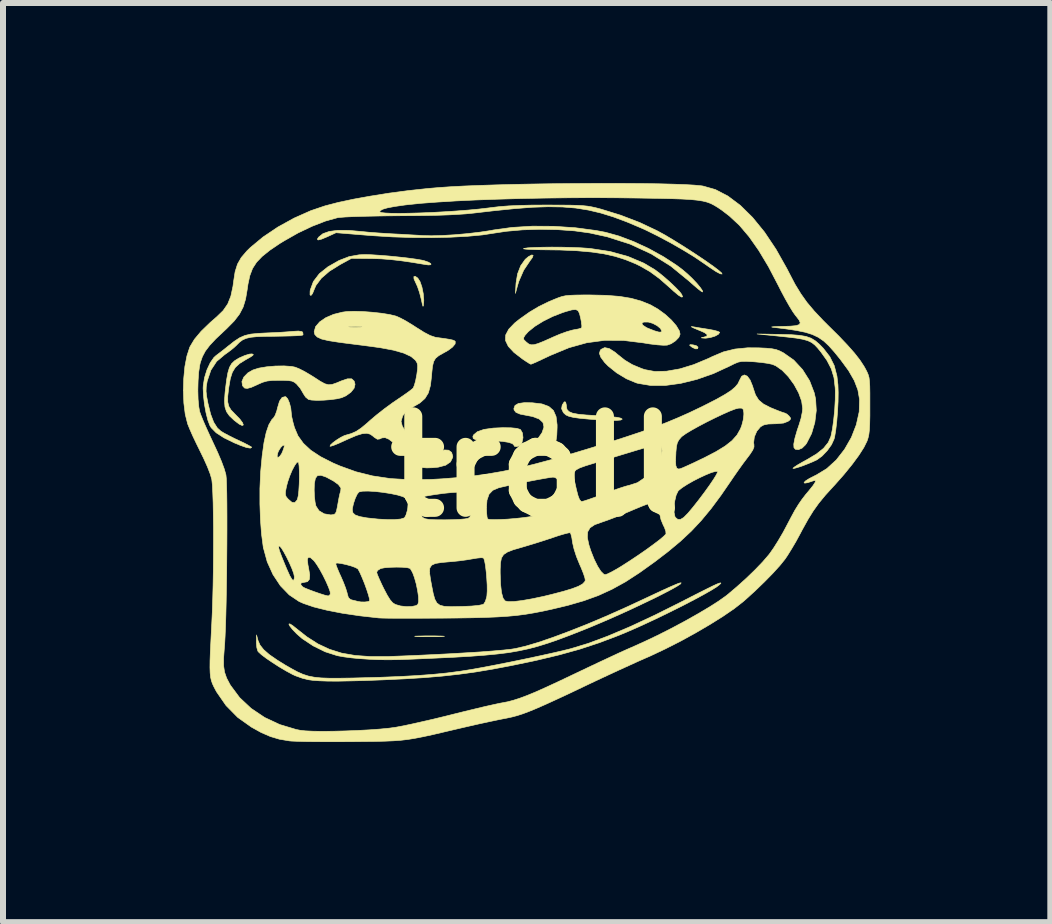
<source format=kicad_pcb>
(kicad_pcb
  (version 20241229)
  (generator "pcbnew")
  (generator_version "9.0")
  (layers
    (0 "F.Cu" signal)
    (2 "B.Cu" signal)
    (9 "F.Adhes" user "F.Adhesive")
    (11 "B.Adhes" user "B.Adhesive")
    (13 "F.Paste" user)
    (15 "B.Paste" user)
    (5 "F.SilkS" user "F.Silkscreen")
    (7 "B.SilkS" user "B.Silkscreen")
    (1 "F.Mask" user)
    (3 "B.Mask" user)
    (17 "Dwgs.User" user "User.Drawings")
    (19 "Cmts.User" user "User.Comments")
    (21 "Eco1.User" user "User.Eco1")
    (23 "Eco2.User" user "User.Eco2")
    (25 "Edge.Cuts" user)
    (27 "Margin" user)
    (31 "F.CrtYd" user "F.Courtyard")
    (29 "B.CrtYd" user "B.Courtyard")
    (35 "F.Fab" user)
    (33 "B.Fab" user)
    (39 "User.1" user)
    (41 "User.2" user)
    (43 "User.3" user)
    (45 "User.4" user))
  (footprint "troll"
    (layer "F.Cu")
    (at 5.867 4.721)
    (property "Reference" "troll" (at 0 0 0) (layer "F.SilkS") (effects (font (size 1.524 1.524) (thickness 0.3))))
    (attr through_hole)
    (fp_poly (pts (xy 2.627 -2.026) (xy 2.683 -2.012) (xy 2.712 -1.988) (xy 2.705 -1.961) (xy 2.67 -1.959) (xy 2.618 -1.983) (xy 2.602 -1.994) (xy 2.571 -2.021) (xy 2.581 -2.029) (xy 2.627 -2.026)) (stroke (width 0.01) (type solid)) (fill yes) (layer "F.SilkS"))
    (fp_poly (pts (xy -1.681 2.823) (xy -1.555 2.826) (xy -1.513 2.829) (xy -1.519 2.831) (xy -1.568 2.833) (xy -1.656 2.834) (xy -1.765 2.835) (xy -1.884 2.834) (xy -1.966 2.833) (xy -2.008 2.831) (xy -2.005 2.828) (xy -1.961 2.826) (xy -1.827 2.823) (xy -1.681 2.823)) (stroke (width 0.01) (type solid)) (fill yes) (layer "F.SilkS"))
    (fp_poly (pts (xy -0.035 -3.517) (xy -0.049 -3.478) (xy -0.087 -3.427) (xy -0.193 -3.269) (xy -0.274 -3.083) (xy -0.296 -3.01) (xy -0.33 -2.883) (xy -0.32 -3.053) (xy -0.295 -3.207) (xy -0.242 -3.344) (xy -0.166 -3.451) (xy -0.112 -3.496) (xy -0.057 -3.524) (xy -0.035 -3.517)) (stroke (width 0.01) (type solid)) (fill yes) (layer "F.SilkS"))
    (fp_poly (pts (xy -1.957 -3.138) (xy -1.92 -3.081) (xy -1.888 -2.989) (xy -1.866 -2.88) (xy -1.857 -2.771) (xy -1.859 -2.725) (xy -1.864 -2.678) (xy -1.87 -2.668) (xy -1.88 -2.698) (xy -1.896 -2.772) (xy -1.901 -2.794) (xy -1.928 -2.898) (xy -1.962 -2.997) (xy -1.988 -3.054) (xy -2.02 -3.124) (xy -2.022 -3.163) (xy -1.998 -3.167) (xy -1.957 -3.138)) (stroke (width 0.01) (type solid)) (fill yes) (layer "F.SilkS"))
    (fp_poly (pts (xy -0.404 -0.644) (xy -0.31 -0.635) (xy -0.256 -0.619) (xy -0.245 -0.613) (xy -0.213 -0.557) (xy -0.204 -0.479) (xy -0.221 -0.398) (xy -0.229 -0.379) (xy -0.263 -0.346) (xy -0.308 -0.331) (xy -0.345 -0.335) (xy -0.356 -0.355) (xy -0.38 -0.38) (xy -0.447 -0.402) (xy -0.548 -0.418) (xy -0.677 -0.427) (xy -0.771 -0.428) (xy -0.903 -0.432) (xy -0.989 -0.444) (xy -1.033 -0.466) (xy -1.039 -0.5) (xy -1.027 -0.526) (xy -0.964 -0.579) (xy -0.855 -0.617) (xy -0.7 -0.639) (xy -0.543 -0.646) (xy -0.404 -0.644)) (stroke (width 0.01) (type solid)) (fill yes) (layer "F.SilkS"))
    (fp_poly (pts (xy 2.642 -2.325) (xy 2.698 -2.315) (xy 2.786 -2.301) (xy 2.887 -2.285) (xy 2.889 -2.285) (xy 2.978 -2.268) (xy 3.044 -2.25) (xy 3.073 -2.235) (xy 3.073 -2.234) (xy 3.051 -2.202) (xy 2.994 -2.171) (xy 2.919 -2.148) (xy 2.842 -2.137) (xy 2.827 -2.137) (xy 2.773 -2.141) (xy 2.767 -2.145) (xy 2.8 -2.152) (xy 2.857 -2.169) (xy 2.864 -2.196) (xy 2.823 -2.228) (xy 2.775 -2.25) (xy 2.7 -2.281) (xy 2.637 -2.308) (xy 2.629 -2.312) (xy 2.598 -2.328) (xy 2.613 -2.329) (xy 2.642 -2.325)) (stroke (width 0.01) (type solid)) (fill yes) (layer "F.SilkS"))
    (fp_poly (pts (xy 0.506 -1.073) (xy 0.518 -1.022) (xy 0.52 -0.996) (xy 0.529 -0.949) (xy 0.561 -0.914) (xy 0.621 -0.888) (xy 0.716 -0.87) (xy 0.852 -0.857) (xy 0.94 -0.852) (xy 1.124 -0.841) (xy 1.261 -0.83) (xy 1.358 -0.819) (xy 1.417 -0.807) (xy 1.445 -0.793) (xy 1.448 -0.786) (xy 1.423 -0.773) (xy 1.351 -0.767) (xy 1.236 -0.768) (xy 1.079 -0.775) (xy 0.899 -0.788) (xy 0.747 -0.802) (xy 0.638 -0.817) (xy 0.562 -0.835) (xy 0.511 -0.858) (xy 0.477 -0.889) (xy 0.465 -0.905) (xy 0.439 -0.962) (xy 0.448 -1.018) (xy 0.455 -1.033) (xy 0.484 -1.077) (xy 0.506 -1.073)) (stroke (width 0.01) (type solid)) (fill yes) (layer "F.SilkS"))
    (fp_poly (pts (xy -0.049 -1.061) (xy 0.11 -1.042) (xy 0.225 -1) (xy 0.303 -0.932) (xy 0.347 -0.831) (xy 0.364 -0.694) (xy 0.364 -0.647) (xy 0.359 -0.522) (xy 0.347 -0.435) (xy 0.322 -0.373) (xy 0.279 -0.323) (xy 0.223 -0.278) (xy 0.13 -0.222) (xy 0.062 -0.206) (xy 0.014 -0.232) (xy 0.001 -0.252) (xy -0.023 -0.322) (xy -0.009 -0.386) (xy 0.034 -0.449) (xy 0.113 -0.562) (xy 0.145 -0.656) (xy 0.129 -0.731) (xy 0.066 -0.79) (xy -0.045 -0.832) (xy -0.14 -0.85) (xy -0.252 -0.872) (xy -0.321 -0.901) (xy -0.352 -0.94) (xy -0.356 -0.965) (xy -0.337 -1.016) (xy -0.281 -1.049) (xy -0.182 -1.063) (xy -0.049 -1.061)) (stroke (width 0.01) (type solid)) (fill yes) (layer "F.SilkS"))
    (fp_poly (pts (xy -2.731 -3.527) (xy -2.594 -3.518) (xy -2.44 -3.506) (xy -2.281 -3.49) (xy -2.129 -3.473) (xy -1.996 -3.455) (xy -1.894 -3.438) (xy -1.854 -3.429) (xy -1.779 -3.403) (xy -1.74 -3.379) (xy -1.738 -3.361) (xy -1.778 -3.357) (xy -1.819 -3.362) (xy -2.049 -3.4) (xy -2.243 -3.428) (xy -2.412 -3.447) (xy -2.568 -3.459) (xy -2.724 -3.464) (xy -2.743 -3.464) (xy -3.061 -3.467) (xy -3.248 -3.365) (xy -3.427 -3.254) (xy -3.563 -3.137) (xy -3.653 -3.017) (xy -3.681 -2.953) (xy -3.711 -2.879) (xy -3.737 -2.848) (xy -3.752 -2.86) (xy -3.751 -2.916) (xy -3.748 -2.94) (xy -3.696 -3.081) (xy -3.597 -3.211) (xy -3.451 -3.328) (xy -3.45 -3.328) (xy -3.269 -3.431) (xy -3.101 -3.496) (xy -2.933 -3.526) (xy -2.837 -3.53) (xy -2.731 -3.527)) (stroke (width 0.01) (type solid)) (fill yes) (layer "F.SilkS"))
    (fp_poly (pts (xy -4.697 -1.867) (xy -4.705 -1.85) (xy -4.75 -1.82) (xy -4.826 -1.777) (xy -4.926 -1.715) (xy -4.997 -1.65) (xy -5.046 -1.57) (xy -5.08 -1.464) (xy -5.105 -1.32) (xy -5.108 -1.299) (xy -5.123 -1.169) (xy -5.123 -1.074) (xy -5.106 -1.003) (xy -5.069 -0.942) (xy -5.007 -0.877) (xy -5.002 -0.872) (xy -4.922 -0.79) (xy -4.876 -0.728) (xy -4.863 -0.691) (xy -4.883 -0.682) (xy -4.933 -0.706) (xy -5.014 -0.767) (xy -5.021 -0.774) (xy -5.095 -0.844) (xy -5.143 -0.912) (xy -5.169 -0.99) (xy -5.177 -1.09) (xy -5.168 -1.224) (xy -5.162 -1.28) (xy -5.142 -1.442) (xy -5.12 -1.563) (xy -5.094 -1.65) (xy -5.058 -1.713) (xy -5.009 -1.76) (xy -4.943 -1.801) (xy -4.922 -1.812) (xy -4.837 -1.849) (xy -4.761 -1.872) (xy -4.72 -1.875) (xy -4.697 -1.867)) (stroke (width 0.01) (type solid)) (fill yes) (layer "F.SilkS"))
    (fp_poly (pts (xy 0.438 -3.653) (xy 0.602 -3.649) (xy 0.755 -3.643) (xy 0.886 -3.634) (xy 0.918 -3.631) (xy 1.246 -3.581) (xy 1.546 -3.498) (xy 1.812 -3.385) (xy 1.992 -3.278) (xy 2.072 -3.218) (xy 2.164 -3.142) (xy 2.257 -3.059) (xy 2.341 -2.979) (xy 2.406 -2.911) (xy 2.44 -2.866) (xy 2.455 -2.826) (xy 2.436 -2.822) (xy 2.387 -2.852) (xy 2.309 -2.917) (xy 2.241 -2.979) (xy 2.069 -3.13) (xy 1.909 -3.247) (xy 1.745 -3.341) (xy 1.668 -3.378) (xy 1.501 -3.446) (xy 1.327 -3.501) (xy 1.14 -3.543) (xy 0.931 -3.573) (xy 0.692 -3.594) (xy 0.417 -3.606) (xy 0.191 -3.609) (xy 0.041 -3.611) (xy -0.076 -3.615) (xy -0.156 -3.62) (xy -0.195 -3.626) (xy -0.191 -3.632) (xy -0.125 -3.642) (xy -0.019 -3.648) (xy 0.117 -3.652) (xy 0.272 -3.654) (xy 0.438 -3.653)) (stroke (width 0.01) (type solid)) (fill yes) (layer "F.SilkS"))
    (fp_poly (pts (xy -4.058 -1.666) (xy -4 -1.654) (xy -3.935 -1.628) (xy -3.842 -1.581) (xy -3.739 -1.52) (xy -3.683 -1.485) (xy -3.58 -1.418) (xy -3.504 -1.377) (xy -3.443 -1.361) (xy -3.381 -1.367) (xy -3.304 -1.394) (xy -3.231 -1.425) (xy -3.128 -1.46) (xy -3.058 -1.46) (xy -3.017 -1.422) (xy -3.002 -1.369) (xy -3.018 -1.303) (xy -3.072 -1.236) (xy -3.154 -1.177) (xy -3.226 -1.145) (xy -3.305 -1.127) (xy -3.409 -1.113) (xy -3.525 -1.104) (xy -3.636 -1.101) (xy -3.726 -1.106) (xy -3.777 -1.116) (xy -3.826 -1.156) (xy -3.867 -1.219) (xy -3.869 -1.224) (xy -3.915 -1.302) (xy -3.974 -1.371) (xy -3.974 -1.372) (xy -4.012 -1.403) (xy -4.054 -1.422) (xy -4.112 -1.431) (xy -4.201 -1.435) (xy -4.263 -1.435) (xy -4.381 -1.433) (xy -4.468 -1.423) (xy -4.542 -1.402) (xy -4.622 -1.367) (xy -4.625 -1.365) (xy -4.728 -1.319) (xy -4.797 -1.3) (xy -4.842 -1.306) (xy -4.872 -1.339) (xy -4.877 -1.346) (xy -4.887 -1.415) (xy -4.855 -1.489) (xy -4.787 -1.559) (xy -4.704 -1.607) (xy -4.606 -1.638) (xy -4.475 -1.66) (xy -4.328 -1.673) (xy -4.183 -1.675) (xy -4.058 -1.666)) (stroke (width 0.01) (type solid)) (fill yes) (layer "F.SilkS"))
    (fp_poly (pts (xy 4.089 -2.2) (xy 4.268 -2.195) (xy 4.405 -2.184) (xy 4.511 -2.166) (xy 4.596 -2.136) (xy 4.669 -2.091) (xy 4.74 -2.029) (xy 4.798 -1.969) (xy 4.907 -1.829) (xy 4.981 -1.68) (xy 5.026 -1.507) (xy 5.043 -1.359) (xy 5.047 -1.231) (xy 5.045 -1.078) (xy 5.036 -0.912) (xy 5.023 -0.749) (xy 5.006 -0.603) (xy 4.987 -0.488) (xy 4.978 -0.456) (xy 4.936 -0.364) (xy 4.865 -0.264) (xy 4.78 -0.175) (xy 4.696 -0.113) (xy 4.693 -0.111) (xy 4.618 -0.076) (xy 4.53 -0.04) (xy 4.442 -0.006) (xy 4.365 0.019) (xy 4.311 0.033) (xy 4.293 0.031) (xy 4.314 0.012) (xy 4.37 -0.025) (xy 4.453 -0.073) (xy 4.519 -0.109) (xy 4.684 -0.207) (xy 4.803 -0.302) (xy 4.882 -0.4) (xy 4.926 -0.501) (xy 4.951 -0.623) (xy 4.972 -0.777) (xy 4.989 -0.947) (xy 4.998 -1.114) (xy 4.999 -1.262) (xy 4.997 -1.308) (xy 4.977 -1.479) (xy 4.933 -1.625) (xy 4.86 -1.766) (xy 4.763 -1.902) (xy 4.706 -1.972) (xy 4.656 -2.025) (xy 4.603 -2.066) (xy 4.539 -2.096) (xy 4.457 -2.119) (xy 4.349 -2.138) (xy 4.205 -2.155) (xy 4.026 -2.174) (xy 3.696 -2.207) (xy 4.089 -2.2)) (stroke (width 0.01) (type solid)) (fill yes) (layer "F.SilkS"))
    (fp_poly (pts (xy 0.309 -4.001) (xy 0.667 -3.977) (xy 1.012 -3.931) (xy 1.171 -3.901) (xy 1.397 -3.838) (xy 1.642 -3.745) (xy 1.894 -3.628) (xy 2.138 -3.493) (xy 2.36 -3.348) (xy 2.454 -3.277) (xy 2.536 -3.207) (xy 2.618 -3.129) (xy 2.692 -3.051) (xy 2.749 -2.982) (xy 2.784 -2.931) (xy 2.788 -2.907) (xy 2.765 -2.918) (xy 2.714 -2.957) (xy 2.641 -3.019) (xy 2.562 -3.089) (xy 2.259 -3.337) (xy 1.933 -3.541) (xy 1.581 -3.704) (xy 1.2 -3.826) (xy 0.907 -3.89) (xy 0.655 -3.925) (xy 0.374 -3.945) (xy 0.08 -3.951) (xy -0.21 -3.942) (xy -0.481 -3.918) (xy -0.673 -3.889) (xy -0.882 -3.857) (xy -1.132 -3.834) (xy -1.415 -3.819) (xy -1.722 -3.812) (xy -2.045 -3.814) (xy -2.373 -3.824) (xy -2.7 -3.844) (xy -2.755 -3.848) (xy -3.319 -3.894) (xy -3.467 -3.826) (xy -3.563 -3.786) (xy -3.618 -3.773) (xy -3.63 -3.787) (xy -3.609 -3.82) (xy -3.537 -3.878) (xy -3.432 -3.915) (xy -3.29 -3.934) (xy -3.107 -3.933) (xy -2.883 -3.913) (xy -2.771 -3.902) (xy -2.629 -3.891) (xy -2.477 -3.881) (xy -2.375 -3.875) (xy -2.232 -3.868) (xy -2.085 -3.859) (xy -1.954 -3.852) (xy -1.88 -3.847) (xy -1.732 -3.843) (xy -1.548 -3.848) (xy -1.343 -3.86) (xy -1.13 -3.879) (xy -0.923 -3.903) (xy -0.737 -3.931) (xy -0.699 -3.939) (xy -0.389 -3.982) (xy -0.048 -4.003) (xy 0.309 -4.001)) (stroke (width 0.01) (type solid)) (fill yes) (layer "F.SilkS"))
    (fp_poly (pts (xy -3.888 -2.247) (xy -3.874 -2.236) (xy -3.868 -2.198) (xy -3.873 -2.189) (xy -3.903 -2.183) (xy -3.975 -2.178) (xy -4.081 -2.174) (xy -4.211 -2.171) (xy -4.326 -2.169) (xy -4.504 -2.167) (xy -4.64 -2.162) (xy -4.741 -2.152) (xy -4.817 -2.134) (xy -4.876 -2.108) (xy -4.927 -2.07) (xy -4.977 -2.02) (xy -4.978 -2.018) (xy -5.036 -1.966) (xy -5.116 -1.904) (xy -5.174 -1.863) (xy -5.308 -1.75) (xy -5.404 -1.604) (xy -5.465 -1.423) (xy -5.467 -1.411) (xy -5.481 -1.329) (xy -5.484 -1.252) (xy -5.474 -1.164) (xy -5.452 -1.049) (xy -5.408 -0.871) (xy -5.357 -0.737) (xy -5.296 -0.641) (xy -5.239 -0.589) (xy -5.185 -0.556) (xy -5.098 -0.51) (xy -4.996 -0.459) (xy -4.946 -0.436) (xy -4.851 -0.391) (xy -4.777 -0.352) (xy -4.732 -0.327) (xy -4.724 -0.319) (xy -4.746 -0.305) (xy -4.809 -0.315) (xy -4.912 -0.351) (xy -5.011 -0.392) (xy -5.187 -0.478) (xy -5.315 -0.561) (xy -5.398 -0.645) (xy -5.42 -0.681) (xy -5.454 -0.771) (xy -5.485 -0.894) (xy -5.511 -1.036) (xy -5.527 -1.178) (xy -5.533 -1.304) (xy -5.531 -1.346) (xy -5.51 -1.478) (xy -5.469 -1.61) (xy -5.414 -1.728) (xy -5.352 -1.817) (xy -5.317 -1.848) (xy -5.264 -1.888) (xy -5.189 -1.946) (xy -5.122 -2) (xy -5.014 -2.085) (xy -4.924 -2.144) (xy -4.837 -2.182) (xy -4.739 -2.205) (xy -4.615 -2.217) (xy -4.502 -2.223) (xy -4.365 -2.229) (xy -4.229 -2.236) (xy -4.112 -2.244) (xy -4.048 -2.25) (xy -3.946 -2.256) (xy -3.888 -2.247)) (stroke (width 0.01) (type solid)) (fill yes) (layer "F.SilkS"))
    (fp_poly (pts (xy 1.233 -1.964) (xy 1.329 -1.903) (xy 1.371 -1.867) (xy 1.493 -1.77) (xy 1.617 -1.696) (xy 1.764 -1.634) (xy 1.826 -1.613) (xy 1.992 -1.582) (xy 2.187 -1.587) (xy 2.405 -1.625) (xy 2.641 -1.697) (xy 2.887 -1.8) (xy 2.953 -1.832) (xy 3.136 -1.909) (xy 3.327 -1.956) (xy 3.54 -1.977) (xy 3.721 -1.976) (xy 3.85 -1.97) (xy 3.943 -1.961) (xy 4.013 -1.947) (xy 4.074 -1.924) (xy 4.136 -1.892) (xy 4.307 -1.772) (xy 4.453 -1.614) (xy 4.57 -1.429) (xy 4.648 -1.226) (xy 4.671 -1.122) (xy 4.682 -0.932) (xy 4.658 -0.735) (xy 4.604 -0.549) (xy 4.522 -0.389) (xy 4.503 -0.362) (xy 4.446 -0.306) (xy 4.385 -0.28) (xy 4.334 -0.286) (xy 4.31 -0.314) (xy 4.307 -0.373) (xy 4.326 -0.471) (xy 4.364 -0.602) (xy 4.397 -0.699) (xy 4.428 -0.801) (xy 4.449 -0.906) (xy 4.455 -0.965) (xy 4.438 -1.089) (xy 4.388 -1.226) (xy 4.312 -1.365) (xy 4.218 -1.494) (xy 4.114 -1.602) (xy 4.007 -1.677) (xy 3.95 -1.701) (xy 3.876 -1.717) (xy 3.771 -1.732) (xy 3.655 -1.743) (xy 3.627 -1.745) (xy 3.518 -1.751) (xy 3.442 -1.75) (xy 3.381 -1.738) (xy 3.318 -1.712) (xy 3.25 -1.678) (xy 2.972 -1.549) (xy 2.694 -1.451) (xy 2.422 -1.384) (xy 2.164 -1.349) (xy 1.925 -1.349) (xy 1.714 -1.384) (xy 1.682 -1.393) (xy 1.519 -1.461) (xy 1.357 -1.559) (xy 1.215 -1.673) (xy 1.155 -1.734) (xy 1.092 -1.82) (xy 1.069 -1.884) (xy 1.084 -1.936) (xy 1.097 -1.951) (xy 1.157 -1.98) (xy 1.233 -1.964)) (stroke (width 0.01) (type solid)) (fill yes) (layer "F.SilkS"))
    (fp_poly (pts (xy 2.431 1.94) (xy 2.418 1.959) (xy 2.363 1.995) (xy 2.273 2.046) (xy 2.153 2.109) (xy 2.009 2.182) (xy 1.845 2.261) (xy 1.668 2.345) (xy 1.484 2.43) (xy 1.297 2.514) (xy 1.113 2.594) (xy 0.938 2.668) (xy 0.8 2.724) (xy 0.584 2.809) (xy 0.392 2.881) (xy 0.217 2.942) (xy 0.053 2.993) (xy -0.107 3.036) (xy -0.27 3.071) (xy -0.441 3.101) (xy -0.628 3.124) (xy -0.836 3.144) (xy -1.073 3.162) (xy -1.345 3.178) (xy -1.658 3.193) (xy -1.816 3.2) (xy -2.043 3.21) (xy -2.229 3.217) (xy -2.385 3.22) (xy -2.52 3.22) (xy -2.644 3.218) (xy -2.768 3.212) (xy -2.901 3.203) (xy -2.934 3.201) (xy -3.058 3.189) (xy -3.182 3.173) (xy -3.283 3.155) (xy -3.302 3.151) (xy -3.501 3.087) (xy -3.701 2.988) (xy -3.882 2.868) (xy -3.973 2.789) (xy -4.045 2.714) (xy -4.089 2.658) (xy -4.104 2.626) (xy -4.089 2.622) (xy -4.044 2.649) (xy -3.994 2.689) (xy -3.805 2.838) (xy -3.619 2.957) (xy -3.428 3.046) (xy -3.225 3.11) (xy -3 3.149) (xy -2.745 3.167) (xy -2.451 3.167) (xy -2.388 3.164) (xy -2.052 3.151) (xy -1.732 3.136) (xy -1.433 3.121) (xy -1.159 3.105) (xy -0.914 3.09) (xy -0.704 3.074) (xy -0.532 3.059) (xy -0.403 3.045) (xy -0.334 3.034) (xy -0.161 2.994) (xy 0.051 2.931) (xy 0.297 2.847) (xy 0.57 2.745) (xy 0.866 2.628) (xy 1.178 2.496) (xy 1.502 2.352) (xy 1.75 2.237) (xy 1.949 2.144) (xy 2.107 2.07) (xy 2.228 2.015) (xy 2.316 1.977) (xy 2.376 1.952) (xy 2.413 1.94) (xy 2.43 1.939) (xy 2.431 1.94)) (stroke (width 0.01) (type solid)) (fill yes) (layer "F.SilkS"))
    (fp_poly (pts (xy 3.093 1.944) (xy 3.073 1.967) (xy 3.021 2.007) (xy 2.929 2.064) (xy 2.804 2.135) (xy 2.652 2.217) (xy 2.48 2.307) (xy 2.294 2.4) (xy 2.101 2.495) (xy 1.907 2.587) (xy 1.718 2.674) (xy 1.542 2.751) (xy 1.398 2.811) (xy 1.074 2.934) (xy 0.747 3.042) (xy 0.403 3.138) (xy 0.027 3.228) (xy -0.064 3.248) (xy -0.402 3.318) (xy -0.708 3.376) (xy -0.994 3.424) (xy -1.271 3.462) (xy -1.551 3.493) (xy -1.847 3.518) (xy -2.168 3.538) (xy -2.528 3.555) (xy -2.553 3.556) (xy -2.844 3.567) (xy -3.089 3.573) (xy -3.293 3.577) (xy -3.461 3.576) (xy -3.597 3.571) (xy -3.706 3.563) (xy -3.779 3.553) (xy -3.883 3.527) (xy -3.995 3.487) (xy -4.043 3.465) (xy -4.15 3.407) (xy -4.265 3.339) (xy -4.378 3.266) (xy -4.48 3.197) (xy -4.561 3.136) (xy -4.611 3.09) (xy -4.621 3.077) (xy -4.638 3.02) (xy -4.646 2.94) (xy -4.646 2.916) (xy -4.643 2.807) (xy -4.618 2.901) (xy -4.585 2.976) (xy -4.524 3.053) (xy -4.43 3.135) (xy -4.297 3.227) (xy -4.163 3.31) (xy -4.053 3.373) (xy -3.958 3.424) (xy -3.87 3.463) (xy -3.78 3.492) (xy -3.682 3.511) (xy -3.568 3.523) (xy -3.43 3.528) (xy -3.26 3.528) (xy -3.05 3.525) (xy -2.934 3.522) (xy -2.568 3.512) (xy -2.246 3.499) (xy -1.961 3.483) (xy -1.706 3.464) (xy -1.474 3.441) (xy -1.258 3.413) (xy -1.182 3.401) (xy -1.034 3.377) (xy -0.852 3.344) (xy -0.644 3.304) (xy -0.422 3.26) (xy -0.194 3.213) (xy 0.027 3.166) (xy 0.233 3.121) (xy 0.413 3.08) (xy 0.558 3.045) (xy 0.603 3.033) (xy 0.891 2.945) (xy 1.217 2.823) (xy 1.582 2.668) (xy 1.985 2.48) (xy 2.426 2.26) (xy 2.451 2.247) (xy 2.603 2.169) (xy 2.743 2.098) (xy 2.865 2.037) (xy 2.96 1.99) (xy 3.021 1.962) (xy 3.035 1.956) (xy 3.084 1.939) (xy 3.093 1.944)) (stroke (width 0.01) (type solid)) (fill yes) (layer "F.SilkS"))
    (fp_poly (pts (xy 1.181 -2.851) (xy 1.406 -2.833) (xy 1.599 -2.801) (xy 1.768 -2.754) (xy 1.92 -2.692) (xy 2.046 -2.62) (xy 2.165 -2.533) (xy 2.269 -2.438) (xy 2.35 -2.344) (xy 2.401 -2.258) (xy 2.413 -2.204) (xy 2.392 -2.15) (xy 2.337 -2.093) (xy 2.265 -2.045) (xy 2.198 -2.021) (xy 2.136 -2.019) (xy 2.036 -2.026) (xy 1.91 -2.041) (xy 1.799 -2.059) (xy 1.466 -2.1) (xy 1.156 -2.101) (xy 0.858 -2.061) (xy 0.56 -1.978) (xy 0.252 -1.85) (xy 0.233 -1.841) (xy 0.122 -1.789) (xy 0.028 -1.745) (xy -0.04 -1.715) (xy -0.072 -1.703) (xy -0.073 -1.703) (xy -0.101 -1.717) (xy -0.157 -1.753) (xy -0.212 -1.79) (xy -0.355 -1.9) (xy -0.449 -2.001) (xy -0.495 -2.097) (xy -0.494 -2.142) (xy -0.195 -2.142) (xy -0.189 -2.111) (xy -0.148 -2.071) (xy -0.144 -2.068) (xy -0.108 -2.04) (xy -0.07 -2.027) (xy -0.021 -2.028) (xy 0.045 -2.047) (xy 0.138 -2.084) (xy 0.266 -2.141) (xy 0.301 -2.157) (xy 0.414 -2.205) (xy 0.525 -2.245) (xy 0.616 -2.271) (xy 0.644 -2.277) (xy 0.717 -2.29) (xy 0.765 -2.305) (xy 0.775 -2.312) (xy 0.776 -2.345) (xy 0.771 -2.387) (xy 1.777 -2.387) (xy 1.79 -2.355) (xy 1.849 -2.316) (xy 1.873 -2.304) (xy 1.988 -2.259) (xy 2.062 -2.238) (xy 2.1 -2.24) (xy 2.108 -2.256) (xy 2.086 -2.299) (xy 2.031 -2.345) (xy 1.958 -2.384) (xy 1.882 -2.406) (xy 1.882 -2.406) (xy 1.807 -2.406) (xy 1.777 -2.387) (xy 0.771 -2.387) (xy 0.768 -2.411) (xy 0.756 -2.473) (xy 0.737 -2.549) (xy 0.713 -2.596) (xy 0.674 -2.614) (xy 0.611 -2.609) (xy 0.514 -2.582) (xy 0.455 -2.563) (xy 0.29 -2.499) (xy 0.132 -2.42) (xy -0.007 -2.334) (xy -0.116 -2.246) (xy -0.171 -2.184) (xy -0.195 -2.142) (xy -0.494 -2.142) (xy -0.492 -2.191) (xy -0.441 -2.287) (xy -0.343 -2.389) (xy -0.26 -2.455) (xy -0.096 -2.571) (xy 0.056 -2.662) (xy 0.219 -2.742) (xy 0.318 -2.784) (xy 0.386 -2.811) (xy 0.445 -2.831) (xy 0.505 -2.844) (xy 0.577 -2.851) (xy 0.671 -2.855) (xy 0.798 -2.857) (xy 0.914 -2.857) (xy 1.181 -2.851)) (stroke (width 0.01) (type solid)) (fill yes) (layer "F.SilkS"))
    (fp_poly (pts (xy -2.871 -2.581) (xy -2.714 -2.569) (xy -2.559 -2.552) (xy -2.423 -2.53) (xy -2.321 -2.505) (xy -2.31 -2.501) (xy -2.244 -2.471) (xy -2.151 -2.421) (xy -2.046 -2.357) (xy -1.978 -2.313) (xy -1.85 -2.233) (xy -1.75 -2.181) (xy -1.667 -2.153) (xy -1.63 -2.147) (xy -1.505 -2.13) (xy -1.42 -2.116) (xy -1.369 -2.104) (xy -1.341 -2.091) (xy -1.332 -2.08) (xy -1.335 -2.041) (xy -1.378 -1.989) (xy -1.453 -1.933) (xy -1.526 -1.892) (xy -1.606 -1.847) (xy -1.66 -1.803) (xy -1.693 -1.747) (xy -1.712 -1.668) (xy -1.724 -1.554) (xy -1.727 -1.511) (xy -1.746 -1.349) (xy -1.781 -1.225) (xy -1.838 -1.132) (xy -1.923 -1.057) (xy -2.019 -1.002) (xy -2.135 -0.929) (xy -2.208 -0.844) (xy -2.235 -0.753) (xy -2.235 -0.749) (xy -2.215 -0.672) (xy -2.156 -0.573) (xy -2.063 -0.456) (xy -2.023 -0.412) (xy -1.9 -0.296) (xy -1.793 -0.226) (xy -1.699 -0.202) (xy -1.616 -0.222) (xy -1.586 -0.24) (xy -1.512 -0.275) (xy -1.444 -0.271) (xy -1.394 -0.235) (xy -1.374 -0.171) (xy -1.376 -0.15) (xy -1.412 -0.076) (xy -1.492 -0.021) (xy -1.616 0.012) (xy -1.709 0.021) (xy -1.807 0.024) (xy -1.872 0.019) (xy -1.921 0.001) (xy -1.971 -0.033) (xy -1.987 -0.045) (xy -2.047 -0.097) (xy -2.129 -0.172) (xy -2.219 -0.259) (xy -2.263 -0.301) (xy -2.363 -0.396) (xy -2.439 -0.454) (xy -2.5 -0.48) (xy -2.554 -0.476) (xy -2.591 -0.458) (xy -2.63 -0.453) (xy -2.683 -0.487) (xy -2.697 -0.5) (xy -2.748 -0.537) (xy -2.807 -0.553) (xy -2.882 -0.546) (xy -2.98 -0.516) (xy -3.111 -0.46) (xy -3.179 -0.429) (xy -3.276 -0.385) (xy -3.355 -0.353) (xy -3.406 -0.337) (xy -3.419 -0.337) (xy -3.41 -0.359) (xy -3.369 -0.397) (xy -3.309 -0.441) (xy -3.242 -0.483) (xy -3.18 -0.514) (xy -3.151 -0.523) (xy -3.064 -0.548) (xy -2.985 -0.583) (xy -2.902 -0.638) (xy -2.803 -0.72) (xy -2.75 -0.768) (xy -2.641 -0.86) (xy -2.51 -0.963) (xy -2.376 -1.061) (xy -2.311 -1.105) (xy -2.211 -1.173) (xy -2.124 -1.234) (xy -2.062 -1.281) (xy -2.034 -1.305) (xy -2.015 -1.349) (xy -1.993 -1.426) (xy -1.975 -1.521) (xy -1.974 -1.523) (xy -1.961 -1.62) (xy -1.959 -1.681) (xy -1.968 -1.724) (xy -1.992 -1.764) (xy -1.998 -1.772) (xy -2.071 -1.833) (xy -2.193 -1.889) (xy -2.361 -1.937) (xy -2.575 -1.977) (xy -2.694 -1.994) (xy -2.852 -2.015) (xy -3.026 -2.037) (xy -3.191 -2.058) (xy -3.286 -2.071) (xy -3.445 -2.096) (xy -3.559 -2.123) (xy -3.633 -2.157) (xy -3.672 -2.198) (xy -3.683 -2.245) (xy -3.66 -2.325) (xy -3.115 -2.325) (xy -3.092 -2.322) (xy -3.028 -2.32) (xy -2.997 -2.32) (xy -2.921 -2.321) (xy -2.883 -2.324) (xy -2.889 -2.328) (xy -2.902 -2.33) (xy -2.997 -2.334) (xy -3.092 -2.33) (xy -3.115 -2.325) (xy -3.66 -2.325) (xy -3.659 -2.329) (xy -3.592 -2.408) (xy -3.49 -2.478) (xy -3.36 -2.534) (xy -3.211 -2.571) (xy -3.137 -2.581) (xy -3.018 -2.585) (xy -2.871 -2.581)) (stroke (width 0.01) (type solid)) (fill yes) (layer "F.SilkS"))
    (fp_poly (pts (xy 1.523 -4.715) (xy 1.805 -4.713) (xy 2.063 -4.709) (xy 2.294 -4.703) (xy 2.491 -4.696) (xy 2.649 -4.687) (xy 2.764 -4.676) (xy 2.793 -4.672) (xy 3.001 -4.613) (xy 3.209 -4.505) (xy 3.416 -4.35) (xy 3.62 -4.149) (xy 3.819 -3.905) (xy 4.011 -3.618) (xy 4.195 -3.291) (xy 4.232 -3.219) (xy 4.328 -3.035) (xy 4.424 -2.878) (xy 4.526 -2.734) (xy 4.647 -2.59) (xy 4.793 -2.435) (xy 4.879 -2.349) (xy 5.059 -2.171) (xy 5.203 -2.019) (xy 5.318 -1.889) (xy 5.407 -1.775) (xy 5.475 -1.672) (xy 5.506 -1.617) (xy 5.53 -1.569) (xy 5.548 -1.526) (xy 5.561 -1.479) (xy 5.568 -1.419) (xy 5.573 -1.337) (xy 5.575 -1.225) (xy 5.575 -1.073) (xy 5.575 -1.016) (xy 5.575 -0.841) (xy 5.572 -0.709) (xy 5.567 -0.61) (xy 5.558 -0.535) (xy 5.545 -0.476) (xy 5.528 -0.424) (xy 5.475 -0.317) (xy 5.39 -0.184) (xy 5.277 -0.031) (xy 5.142 0.135) (xy 4.992 0.305) (xy 4.962 0.337) (xy 4.832 0.48) (xy 4.725 0.61) (xy 4.632 0.74) (xy 4.543 0.884) (xy 4.447 1.057) (xy 4.412 1.124) (xy 4.344 1.249) (xy 4.271 1.373) (xy 4.204 1.481) (xy 4.162 1.543) (xy 4.076 1.65) (xy 3.959 1.779) (xy 3.82 1.921) (xy 3.668 2.068) (xy 3.513 2.209) (xy 3.465 2.251) (xy 3.317 2.367) (xy 3.129 2.496) (xy 2.912 2.632) (xy 2.673 2.772) (xy 2.422 2.91) (xy 2.166 3.04) (xy 1.914 3.159) (xy 1.824 3.198) (xy 1.711 3.248) (xy 1.562 3.316) (xy 1.386 3.396) (xy 1.194 3.485) (xy 0.995 3.578) (xy 0.799 3.671) (xy 0.787 3.677) (xy 0.541 3.794) (xy 0.334 3.89) (xy 0.161 3.969) (xy 0.017 4.032) (xy -0.105 4.082) (xy -0.209 4.121) (xy -0.302 4.151) (xy -0.389 4.174) (xy -0.477 4.193) (xy -0.535 4.204) (xy -0.635 4.224) (xy -0.772 4.253) (xy -0.934 4.288) (xy -1.11 4.328) (xy -1.287 4.369) (xy -1.308 4.374) (xy -1.53 4.426) (xy -1.713 4.469) (xy -1.866 4.502) (xy -1.999 4.528) (xy -2.121 4.548) (xy -2.24 4.562) (xy -2.365 4.571) (xy -2.507 4.577) (xy -2.674 4.581) (xy -2.874 4.583) (xy -3.073 4.585) (xy -3.285 4.586) (xy -3.488 4.586) (xy -3.675 4.585) (xy -3.838 4.583) (xy -3.97 4.579) (xy -4.063 4.575) (xy -4.096 4.572) (xy -4.262 4.544) (xy -4.413 4.499) (xy -4.567 4.432) (xy -4.729 4.342) (xy -4.957 4.18) (xy -5.151 3.983) (xy -5.307 3.758) (xy -5.327 3.722) (xy -5.356 3.666) (xy -5.379 3.616) (xy -5.396 3.566) (xy -5.409 3.509) (xy -5.416 3.439) (xy -5.419 3.351) (xy -5.418 3.238) (xy -5.413 3.095) (xy -5.404 2.914) (xy -5.393 2.691) (xy -5.389 2.616) (xy -5.38 2.424) (xy -5.373 2.209) (xy -5.367 1.978) (xy -5.363 1.736) (xy -5.361 1.491) (xy -5.36 1.249) (xy -5.36 1.017) (xy -5.363 0.801) (xy -5.366 0.608) (xy -5.372 0.444) (xy -5.378 0.316) (xy -5.387 0.23) (xy -5.389 0.214) (xy -5.415 0.125) (xy -5.461 0.006) (xy -5.523 -0.132) (xy -5.581 -0.251) (xy -5.645 -0.381) (xy -5.706 -0.509) (xy -5.756 -0.623) (xy -5.79 -0.707) (xy -5.792 -0.714) (xy -5.831 -0.87) (xy -5.854 -1.056) (xy -5.862 -1.259) (xy -5.862 -1.271) (xy -5.621 -1.271) (xy -5.617 -1.12) (xy -5.605 -0.991) (xy -5.591 -0.914) (xy -5.569 -0.853) (xy -5.53 -0.757) (xy -5.477 -0.636) (xy -5.415 -0.5) (xy -5.371 -0.406) (xy -5.292 -0.236) (xy -5.227 -0.083) (xy -5.18 0.044) (xy -5.154 0.136) (xy -5.153 0.14) (xy -5.147 0.2) (xy -5.143 0.305) (xy -5.139 0.449) (xy -5.137 0.625) (xy -5.136 0.828) (xy -5.136 1.051) (xy -5.137 1.287) (xy -5.139 1.532) (xy -5.141 1.779) (xy -5.145 2.021) (xy -5.149 2.253) (xy -5.154 2.469) (xy -5.16 2.662) (xy -5.167 2.827) (xy -5.174 2.956) (xy -5.18 3.029) (xy -5.192 3.193) (xy -5.192 3.321) (xy -5.176 3.427) (xy -5.142 3.525) (xy -5.088 3.628) (xy -5.076 3.648) (xy -4.925 3.851) (xy -4.733 4.031) (xy -4.508 4.182) (xy -4.256 4.3) (xy -3.983 4.382) (xy -3.918 4.395) (xy -3.829 4.405) (xy -3.699 4.411) (xy -3.538 4.413) (xy -3.354 4.411) (xy -3.157 4.406) (xy -2.957 4.398) (xy -2.763 4.388) (xy -2.585 4.375) (xy -2.432 4.36) (xy -2.324 4.345) (xy -2.212 4.324) (xy -2.063 4.293) (xy -1.886 4.253) (xy -1.694 4.209) (xy -1.496 4.161) (xy -1.369 4.129) (xy -1.184 4.083) (xy -1.006 4.04) (xy -0.844 4.001) (xy -0.705 3.97) (xy -0.6 3.947) (xy -0.546 3.937) (xy -0.457 3.92) (xy -0.363 3.895) (xy -0.257 3.861) (xy -0.134 3.815) (xy 0.011 3.755) (xy 0.183 3.678) (xy 0.388 3.583) (xy 0.632 3.467) (xy 0.693 3.438) (xy 0.878 3.35) (xy 1.062 3.263) (xy 1.238 3.181) (xy 1.394 3.108) (xy 1.523 3.05) (xy 1.61 3.012) (xy 1.819 2.918) (xy 2.042 2.812) (xy 2.269 2.697) (xy 2.492 2.578) (xy 2.703 2.459) (xy 2.894 2.346) (xy 3.056 2.243) (xy 3.181 2.154) (xy 3.2 2.139) (xy 3.356 2.007) (xy 3.513 1.866) (xy 3.66 1.724) (xy 3.788 1.591) (xy 3.887 1.476) (xy 3.9 1.46) (xy 3.97 1.361) (xy 4.05 1.234) (xy 4.129 1.099) (xy 4.177 1.009) (xy 4.259 0.853) (xy 4.325 0.731) (xy 4.384 0.635) (xy 4.441 0.552) (xy 4.503 0.471) (xy 4.556 0.408) (xy 4.629 0.317) (xy 4.666 0.259) (xy 4.667 0.234) (xy 4.633 0.239) (xy 4.54 0.27) (xy 4.489 0.278) (xy 4.478 0.267) (xy 4.506 0.239) (xy 4.569 0.199) (xy 4.668 0.149) (xy 4.683 0.142) (xy 4.856 0.037) (xy 5.015 -0.108) (xy 5.153 -0.285) (xy 5.267 -0.484) (xy 5.349 -0.695) (xy 5.397 -0.91) (xy 5.403 -1.119) (xy 5.402 -1.121) (xy 5.375 -1.276) (xy 5.315 -1.432) (xy 5.22 -1.597) (xy 5.085 -1.781) (xy 4.982 -1.908) (xy 4.891 -2.01) (xy 4.805 -2.09) (xy 4.715 -2.152) (xy 4.615 -2.199) (xy 4.496 -2.236) (xy 4.349 -2.266) (xy 4.168 -2.293) (xy 3.95 -2.32) (xy 3.939 -2.324) (xy 3.973 -2.328) (xy 4.044 -2.332) (xy 4.106 -2.333) (xy 4.249 -2.337) (xy 4.346 -2.346) (xy 4.399 -2.364) (xy 4.415 -2.393) (xy 4.397 -2.437) (xy 4.348 -2.501) (xy 4.333 -2.519) (xy 4.292 -2.577) (xy 4.235 -2.67) (xy 4.168 -2.788) (xy 4.097 -2.921) (xy 4.051 -3.012) (xy 3.886 -3.328) (xy 3.724 -3.598) (xy 3.564 -3.826) (xy 3.402 -4.017) (xy 3.233 -4.174) (xy 3.106 -4.271) (xy 3.041 -4.315) (xy 2.982 -4.351) (xy 2.924 -4.381) (xy 2.861 -4.404) (xy 2.788 -4.422) (xy 2.698 -4.436) (xy 2.587 -4.447) (xy 2.448 -4.455) (xy 2.276 -4.461) (xy 2.065 -4.466) (xy 1.81 -4.47) (xy 1.765 -4.471) (xy 1.367 -4.476) (xy 0.96 -4.478) (xy 0.551 -4.476) (xy 0.144 -4.471) (xy -0.253 -4.463) (xy -0.635 -4.452) (xy -0.997 -4.439) (xy -1.333 -4.423) (xy -1.637 -4.404) (xy -1.903 -4.384) (xy -2.126 -4.361) (xy -2.177 -4.355) (xy -2.344 -4.331) (xy -2.464 -4.308) (xy -2.542 -4.285) (xy -2.582 -4.261) (xy -2.591 -4.242) (xy -2.567 -4.23) (xy -2.498 -4.222) (xy -2.392 -4.217) (xy -2.254 -4.216) (xy -2.09 -4.219) (xy -1.908 -4.224) (xy -1.714 -4.232) (xy -1.513 -4.243) (xy -1.312 -4.256) (xy -1.118 -4.271) (xy -0.937 -4.288) (xy -0.775 -4.307) (xy -0.737 -4.312) (xy -0.594 -4.329) (xy -0.439 -4.341) (xy -0.26 -4.349) (xy -0.05 -4.354) (xy 0.201 -4.355) (xy 0.216 -4.355) (xy 0.415 -4.354) (xy 0.571 -4.353) (xy 0.693 -4.35) (xy 0.79 -4.345) (xy 0.869 -4.337) (xy 0.939 -4.325) (xy 1.008 -4.31) (xy 1.084 -4.29) (xy 1.092 -4.288) (xy 1.422 -4.186) (xy 1.74 -4.064) (xy 2.03 -3.927) (xy 2.158 -3.857) (xy 2.304 -3.77) (xy 2.454 -3.677) (xy 2.602 -3.582) (xy 2.742 -3.49) (xy 2.868 -3.404) (xy 2.974 -3.329) (xy 3.054 -3.268) (xy 3.102 -3.226) (xy 3.113 -3.206) (xy 3.082 -3.21) (xy 3.013 -3.246) (xy 2.907 -3.316) (xy 2.811 -3.383) (xy 2.655 -3.489) (xy 2.467 -3.604) (xy 2.26 -3.723) (xy 2.05 -3.835) (xy 1.851 -3.934) (xy 1.76 -3.975) (xy 1.523 -4.075) (xy 1.303 -4.157) (xy 1.093 -4.222) (xy 0.887 -4.271) (xy 0.676 -4.305) (xy 0.454 -4.323) (xy 0.215 -4.327) (xy -0.05 -4.318) (xy -0.346 -4.295) (xy -0.681 -4.261) (xy -0.889 -4.237) (xy -1.026 -4.221) (xy -1.158 -4.208) (xy -1.294 -4.199) (xy -1.443 -4.191) (xy -1.612 -4.185) (xy -1.809 -4.181) (xy -2.043 -4.178) (xy -2.248 -4.177) (xy -2.472 -4.175) (xy -2.683 -4.171) (xy -2.873 -4.167) (xy -3.035 -4.162) (xy -3.165 -4.156) (xy -3.254 -4.149) (xy -3.291 -4.145) (xy -3.492 -4.089) (xy -3.716 -4.002) (xy -3.952 -3.89) (xy -4.186 -3.757) (xy -4.255 -3.715) (xy -4.422 -3.602) (xy -4.549 -3.5) (xy -4.643 -3.402) (xy -4.71 -3.298) (xy -4.755 -3.179) (xy -4.786 -3.036) (xy -4.799 -2.945) (xy -4.826 -2.787) (xy -4.866 -2.656) (xy -4.927 -2.539) (xy -5.015 -2.424) (xy -5.138 -2.299) (xy -5.186 -2.254) (xy -5.322 -2.126) (xy -5.423 -2.018) (xy -5.496 -1.922) (xy -5.545 -1.83) (xy -5.579 -1.733) (xy -5.589 -1.689) (xy -5.607 -1.571) (xy -5.617 -1.426) (xy -5.621 -1.271) (xy -5.862 -1.271) (xy -5.856 -1.466) (xy -5.837 -1.665) (xy -5.803 -1.841) (xy -5.757 -1.983) (xy -5.751 -1.996) (xy -5.678 -2.118) (xy -5.566 -2.252) (xy -5.413 -2.4) (xy -5.305 -2.494) (xy -5.199 -2.597) (xy -5.123 -2.707) (xy -5.071 -2.837) (xy -5.036 -3) (xy -5.025 -3.083) (xy -5 -3.244) (xy -4.96 -3.371) (xy -4.898 -3.48) (xy -4.805 -3.589) (xy -4.746 -3.647) (xy -4.535 -3.822) (xy -4.288 -3.988) (xy -4.018 -4.137) (xy -3.739 -4.261) (xy -3.503 -4.341) (xy -3.285 -4.398) (xy -3.027 -4.453) (xy -2.738 -4.505) (xy -2.43 -4.554) (xy -2.112 -4.596) (xy -1.796 -4.63) (xy -1.6 -4.647) (xy -1.409 -4.66) (xy -1.184 -4.672) (xy -0.93 -4.682) (xy -0.653 -4.691) (xy -0.356 -4.699) (xy -0.046 -4.705) (xy 0.272 -4.71) (xy 0.593 -4.713) (xy 0.912 -4.715) (xy 1.224 -4.716) (xy 1.523 -4.715)) (stroke (width 0.01) (type solid)) (fill yes) (layer "F.SilkS"))
    (fp_poly (pts (xy 3.532 -1.504) (xy 3.579 -1.441) (xy 3.621 -1.339) (xy 3.63 -1.308) (xy 3.669 -1.192) (xy 3.723 -1.106) (xy 3.802 -1.04) (xy 3.917 -0.981) (xy 3.946 -0.969) (xy 4.037 -0.932) (xy 4.111 -0.904) (xy 4.155 -0.89) (xy 4.16 -0.889) (xy 4.193 -0.872) (xy 4.227 -0.841) (xy 4.255 -0.804) (xy 4.246 -0.778) (xy 4.212 -0.752) (xy 4.138 -0.723) (xy 4.018 -0.712) (xy 3.986 -0.711) (xy 3.88 -0.707) (xy 3.808 -0.692) (xy 3.754 -0.662) (xy 3.752 -0.66) (xy 3.691 -0.587) (xy 3.65 -0.492) (xy 3.638 -0.396) (xy 3.643 -0.367) (xy 3.644 -0.324) (xy 3.623 -0.272) (xy 3.575 -0.199) (xy 3.535 -0.146) (xy 3.461 -0.048) (xy 3.376 0.071) (xy 3.294 0.189) (xy 3.276 0.216) (xy 3.097 0.477) (xy 2.93 0.702) (xy 2.767 0.899) (xy 2.599 1.078) (xy 2.417 1.248) (xy 2.213 1.418) (xy 1.994 1.586) (xy 1.737 1.77) (xy 1.503 1.922) (xy 1.278 2.046) (xy 1.051 2.15) (xy 0.81 2.237) (xy 0.544 2.314) (xy 0.293 2.374) (xy 0.13 2.41) (xy -0.02 2.439) (xy -0.164 2.463) (xy -0.309 2.482) (xy -0.463 2.496) (xy -0.633 2.507) (xy -0.826 2.515) (xy -1.05 2.521) (xy -1.312 2.525) (xy -1.537 2.527) (xy -1.758 2.528) (xy -1.966 2.529) (xy -2.156 2.529) (xy -2.321 2.529) (xy -2.454 2.528) (xy -2.55 2.526) (xy -2.601 2.524) (xy -2.603 2.524) (xy -2.924 2.488) (xy -3.215 2.445) (xy -3.471 2.395) (xy -3.688 2.341) (xy -3.861 2.282) (xy -3.935 2.249) (xy -4.099 2.139) (xy -4.246 1.987) (xy -4.257 1.97) (xy -3.906 1.97) (xy -3.874 2.006) (xy -3.837 2.026) (xy -3.765 2.055) (xy -3.676 2.088) (xy -3.584 2.12) (xy -3.505 2.145) (xy -3.452 2.157) (xy -3.447 2.158) (xy -3.422 2.139) (xy -3.414 2.124) (xy -3.418 2.083) (xy -3.444 2.011) (xy -3.484 1.919) (xy -3.534 1.817) (xy -3.588 1.718) (xy -3.641 1.632) (xy -3.655 1.613) (xy -3.324 1.613) (xy -3.319 1.64) (xy -3.296 1.701) (xy -3.26 1.786) (xy -3.241 1.826) (xy -3.196 1.93) (xy -3.158 2.029) (xy -3.135 2.104) (xy -3.132 2.118) (xy -3.113 2.185) (xy -3.077 2.217) (xy -3.051 2.225) (xy -2.992 2.239) (xy -2.959 2.248) (xy -2.905 2.257) (xy -2.839 2.258) (xy -2.782 2.251) (xy -2.759 2.24) (xy -2.761 2.207) (xy -2.779 2.139) (xy -2.808 2.05) (xy -2.844 1.95) (xy -2.883 1.854) (xy -2.919 1.772) (xy -2.924 1.762) (xy -2.642 1.762) (xy -2.631 1.799) (xy -2.601 1.87) (xy -2.559 1.962) (xy -2.525 2.032) (xy -2.465 2.146) (xy -2.417 2.223) (xy -2.375 2.271) (xy -2.331 2.299) (xy -2.328 2.3) (xy -2.245 2.324) (xy -2.15 2.335) (xy -2.057 2.333) (xy -1.985 2.318) (xy -1.956 2.299) (xy -1.943 2.252) (xy -1.945 2.17) (xy -1.96 2.067) (xy -1.983 1.956) (xy -2.013 1.85) (xy -2.043 1.769) (xy -1.761 1.769) (xy -1.745 1.881) (xy -1.726 1.984) (xy -1.7 2.116) (xy -1.674 2.21) (xy -1.639 2.274) (xy -1.588 2.312) (xy -1.513 2.331) (xy -1.404 2.336) (xy -1.254 2.333) (xy -1.23 2.333) (xy -1.064 2.326) (xy -0.945 2.315) (xy -0.874 2.3) (xy -0.858 2.292) (xy -0.831 2.248) (xy -0.809 2.177) (xy -0.805 2.152) (xy -0.8 2.075) (xy -0.801 1.974) (xy -0.808 1.861) (xy -0.815 1.774) (xy -0.584 1.774) (xy -0.578 1.96) (xy -0.562 2.101) (xy -0.536 2.195) (xy -0.503 2.24) (xy -0.45 2.252) (xy -0.353 2.25) (xy -0.219 2.234) (xy -0.053 2.205) (xy 0.141 2.164) (xy 0.276 2.131) (xy 0.467 2.081) (xy 0.613 2.037) (xy 0.718 1.997) (xy 0.787 1.959) (xy 0.824 1.921) (xy 0.834 1.897) (xy 0.827 1.856) (xy 0.803 1.783) (xy 0.765 1.688) (xy 0.74 1.632) (xy 0.687 1.502) (xy 0.646 1.375) (xy 0.622 1.271) (xy 0.621 1.263) (xy 0.609 1.184) (xy 0.868 1.184) (xy 0.894 1.307) (xy 0.925 1.403) (xy 0.981 1.545) (xy 1.039 1.662) (xy 1.094 1.748) (xy 1.143 1.796) (xy 1.166 1.803) (xy 1.205 1.79) (xy 1.276 1.755) (xy 1.367 1.704) (xy 1.438 1.661) (xy 1.578 1.571) (xy 1.719 1.477) (xy 1.852 1.385) (xy 1.971 1.298) (xy 2.069 1.224) (xy 2.139 1.165) (xy 2.175 1.128) (xy 2.178 1.124) (xy 2.175 1.079) (xy 2.151 1.012) (xy 2.135 0.983) (xy 2.095 0.886) (xy 2.068 0.768) (xy 2.064 0.733) (xy 2.057 0.673) (xy 2.313 0.673) (xy 2.313 0.766) (xy 2.327 0.835) (xy 2.337 0.851) (xy 2.375 0.882) (xy 2.419 0.883) (xy 2.474 0.85) (xy 2.544 0.779) (xy 2.628 0.679) (xy 2.728 0.552) (xy 2.822 0.427) (xy 2.904 0.313) (xy 2.971 0.214) (xy 3.017 0.139) (xy 3.039 0.094) (xy 3.038 0.084) (xy 3.004 0.082) (xy 2.936 0.101) (xy 2.845 0.138) (xy 2.741 0.186) (xy 2.633 0.241) (xy 2.533 0.298) (xy 2.449 0.352) (xy 2.391 0.398) (xy 2.378 0.413) (xy 2.347 0.479) (xy 2.325 0.572) (xy 2.313 0.673) (xy 2.057 0.673) (xy 2.054 0.648) (xy 2.04 0.603) (xy 2.017 0.586) (xy 2 0.584) (xy 1.96 0.594) (xy 1.883 0.621) (xy 1.779 0.661) (xy 1.658 0.711) (xy 1.604 0.734) (xy 1.467 0.792) (xy 1.333 0.846) (xy 1.215 0.891) (xy 1.126 0.922) (xy 1.109 0.928) (xy 0.991 0.97) (xy 0.913 1.022) (xy 0.873 1.091) (xy 0.868 1.184) (xy 0.609 1.184) (xy 0.608 1.182) (xy 0.593 1.124) (xy 0.583 1.104) (xy 0.552 1.107) (xy 0.484 1.124) (xy 0.389 1.152) (xy 0.3 1.182) (xy 0.153 1.231) (xy -0.015 1.284) (xy -0.175 1.332) (xy -0.229 1.348) (xy -0.367 1.388) (xy -0.464 1.426) (xy -0.527 1.468) (xy -0.563 1.525) (xy -0.579 1.606) (xy -0.584 1.718) (xy -0.584 1.774) (xy -0.815 1.774) (xy -0.818 1.747) (xy -0.83 1.646) (xy -0.845 1.568) (xy -0.859 1.528) (xy -0.862 1.525) (xy -0.901 1.52) (xy -0.971 1.527) (xy -1.043 1.539) (xy -1.144 1.556) (xy -1.271 1.573) (xy -1.398 1.586) (xy -1.417 1.587) (xy -1.562 1.6) (xy -1.663 1.616) (xy -1.726 1.645) (xy -1.757 1.693) (xy -1.761 1.769) (xy -2.043 1.769) (xy -2.046 1.763) (xy -2.079 1.707) (xy -2.09 1.697) (xy -2.134 1.686) (xy -2.214 1.679) (xy -2.312 1.677) (xy -2.415 1.68) (xy -2.506 1.687) (xy -2.57 1.699) (xy -2.576 1.701) (xy -2.624 1.731) (xy -2.642 1.762) (xy -2.924 1.762) (xy -2.948 1.717) (xy -2.957 1.705) (xy -2.997 1.683) (xy -3.066 1.658) (xy -3.149 1.635) (xy -3.231 1.617) (xy -3.294 1.609) (xy -3.324 1.613) (xy -3.655 1.613) (xy -3.685 1.572) (xy -3.688 1.569) (xy -3.746 1.518) (xy -3.782 1.512) (xy -3.796 1.552) (xy -3.787 1.638) (xy -3.776 1.694) (xy -3.757 1.807) (xy -3.763 1.881) (xy -3.796 1.92) (xy -3.849 1.93) (xy -3.901 1.941) (xy -3.906 1.97) (xy -4.257 1.97) (xy -4.369 1.801) (xy -4.465 1.589) (xy -4.528 1.358) (xy -4.533 1.331) (xy -4.533 1.33) (xy -4.274 1.33) (xy -4.274 1.357) (xy -4.258 1.413) (xy -4.225 1.501) (xy -4.173 1.629) (xy -4.14 1.708) (xy -4.089 1.821) (xy -4.051 1.885) (xy -4.027 1.9) (xy -4.015 1.869) (xy -4.013 1.835) (xy -4.024 1.782) (xy -4.053 1.703) (xy -4.094 1.609) (xy -4.141 1.512) (xy -4.188 1.425) (xy -4.229 1.359) (xy -4.258 1.327) (xy -4.26 1.327) (xy -4.274 1.33) (xy -4.533 1.33) (xy -4.56 1.125) (xy -4.578 0.885) (xy -4.587 0.627) (xy -4.587 0.47) (xy -4.163 0.47) (xy -4.148 0.507) (xy -4.115 0.545) (xy -4.053 0.598) (xy -4.005 0.602) (xy -3.968 0.56) (xy -3.96 0.54) (xy -3.947 0.484) (xy -3.938 0.398) (xy -3.938 0.392) (xy -3.683 0.392) (xy -3.679 0.497) (xy -3.668 0.594) (xy -3.654 0.659) (xy -3.602 0.738) (xy -3.516 0.789) (xy -3.41 0.807) (xy -3.392 0.806) (xy -3.353 0.8) (xy -3.329 0.783) (xy -3.311 0.743) (xy -3.308 0.726) (xy -3.048 0.726) (xy -3.037 0.774) (xy -2.998 0.809) (xy -2.925 0.835) (xy -2.81 0.856) (xy -2.777 0.86) (xy -2.615 0.877) (xy -2.466 0.885) (xy -2.339 0.885) (xy -2.242 0.876) (xy -2.184 0.858) (xy -2.177 0.853) (xy -2.152 0.807) (xy -2.151 0.803) (xy -1.897 0.803) (xy -1.882 0.845) (xy -1.841 0.87) (xy -1.768 0.883) (xy -1.657 0.888) (xy -1.507 0.889) (xy -1.376 0.887) (xy -1.261 0.882) (xy -1.172 0.874) (xy -1.121 0.865) (xy -1.116 0.863) (xy -1.09 0.842) (xy -1.075 0.805) (xy -1.068 0.741) (xy -1.067 0.685) (xy -0.813 0.685) (xy -0.81 0.774) (xy -0.803 0.843) (xy -0.794 0.875) (xy -0.759 0.884) (xy -0.685 0.886) (xy -0.582 0.884) (xy -0.461 0.878) (xy -0.333 0.867) (xy -0.209 0.854) (xy -0.1 0.839) (xy -0.039 0.827) (xy 0.154 0.781) (xy 0.302 0.739) (xy 0.403 0.7) (xy 0.441 0.679) (xy 0.465 0.658) (xy 0.475 0.633) (xy 0.474 0.589) (xy 0.459 0.516) (xy 0.446 0.458) (xy 0.416 0.333) (xy 0.388 0.251) (xy 0.36 0.203) (xy 0.326 0.182) (xy 0.295 0.178) (xy 0.251 0.183) (xy 0.167 0.197) (xy 0.055 0.217) (xy -0.076 0.242) (xy -0.213 0.269) (xy -0.348 0.297) (xy -0.47 0.323) (xy -0.567 0.345) (xy -0.611 0.356) (xy -0.707 0.397) (xy -0.77 0.463) (xy -0.804 0.561) (xy -0.813 0.685) (xy -1.067 0.685) (xy -1.067 0.646) (xy -1.068 0.548) (xy -1.074 0.489) (xy -1.088 0.456) (xy -1.114 0.438) (xy -1.126 0.434) (xy -1.18 0.426) (xy -1.273 0.427) (xy -1.395 0.435) (xy -1.535 0.449) (xy -1.681 0.47) (xy -1.733 0.478) (xy -1.841 0.497) (xy -1.876 0.656) (xy -1.893 0.742) (xy -1.897 0.803) (xy -2.151 0.803) (xy -2.131 0.733) (xy -2.124 0.695) (xy -2.118 0.613) (xy -2.128 0.562) (xy -2.152 0.531) (xy -2.204 0.503) (xy -2.294 0.476) (xy -2.408 0.452) (xy -2.536 0.432) (xy -2.665 0.417) (xy -2.783 0.41) (xy -2.877 0.412) (xy -2.935 0.425) (xy -2.939 0.427) (xy -2.968 0.465) (xy -3 0.534) (xy -3.028 0.617) (xy -3.045 0.694) (xy -3.048 0.726) (xy -3.308 0.726) (xy -3.296 0.669) (xy -3.287 0.618) (xy -3.27 0.525) (xy -3.254 0.452) (xy -3.242 0.412) (xy -3.241 0.411) (xy -3.237 0.359) (xy -3.28 0.301) (xy -3.362 0.242) (xy -3.483 0.177) (xy -3.57 0.147) (xy -3.629 0.153) (xy -3.663 0.199) (xy -3.68 0.288) (xy -3.683 0.392) (xy -3.938 0.392) (xy -3.932 0.294) (xy -3.929 0.183) (xy -3.93 0.079) (xy -3.934 -0.007) (xy -3.942 -0.063) (xy -3.95 -0.076) (xy -3.975 -0.063) (xy -4.01 -0.012) (xy -4.051 0.065) (xy -4.09 0.158) (xy -4.124 0.256) (xy -4.145 0.336) (xy -4.161 0.419) (xy -4.163 0.47) (xy -4.587 0.47) (xy -4.587 0.366) (xy -4.576 0.119) (xy -4.574 0.083) (xy -4.55 -0.17) (xy -4.301 -0.17) (xy -4.289 -0.15) (xy -4.261 -0.163) (xy -4.227 -0.209) (xy -4.209 -0.248) (xy -4.187 -0.31) (xy -4.179 -0.348) (xy -4.18 -0.353) (xy -4.206 -0.35) (xy -4.242 -0.314) (xy -4.276 -0.259) (xy -4.289 -0.227) (xy -4.301 -0.17) (xy -4.55 -0.17) (xy -4.549 -0.181) (xy -4.519 -0.397) (xy -4.482 -0.567) (xy -4.438 -0.695) (xy -4.387 -0.782) (xy -4.359 -0.81) (xy -4.333 -0.852) (xy -4.306 -0.925) (xy -4.293 -0.978) (xy -4.26 -1.088) (xy -4.217 -1.15) (xy -4.166 -1.163) (xy -4.155 -1.16) (xy -4.124 -1.126) (xy -4.095 -1.058) (xy -4.073 -0.973) (xy -4.064 -0.887) (xy -4.064 -0.885) (xy -4.057 -0.827) (xy -4.037 -0.74) (xy -4.012 -0.649) (xy -3.953 -0.51) (xy -3.863 -0.385) (xy -3.739 -0.27) (xy -3.575 -0.162) (xy -3.368 -0.057) (xy -3.251 -0.007) (xy -2.985 0.089) (xy -2.708 0.158) (xy -2.412 0.202) (xy -2.09 0.221) (xy -1.734 0.216) (xy -1.552 0.206) (xy -1.287 0.185) (xy -1.037 0.159) (xy -0.907 0.141) (xy 0.639 0.141) (xy 0.646 0.203) (xy 0.655 0.245) (xy 0.687 0.389) (xy 0.713 0.488) (xy 0.737 0.55) (xy 0.761 0.579) (xy 0.777 0.584) (xy 0.813 0.575) (xy 0.887 0.551) (xy 0.989 0.515) (xy 1.109 0.47) (xy 1.15 0.455) (xy 1.279 0.406) (xy 1.399 0.364) (xy 1.498 0.332) (xy 1.564 0.314) (xy 1.574 0.312) (xy 1.703 0.27) (xy 1.83 0.184) (xy 1.928 0.086) (xy 2.028 -0.043) (xy 2.056 -0.095) (xy 2.337 -0.095) (xy 2.342 -0.014) (xy 2.358 0.029) (xy 2.388 0.043) (xy 2.419 0.037) (xy 2.462 0.02) (xy 2.54 -0.015) (xy 2.645 -0.063) (xy 2.765 -0.121) (xy 2.818 -0.146) (xy 3.012 -0.247) (xy 3.164 -0.34) (xy 3.278 -0.43) (xy 3.361 -0.523) (xy 3.418 -0.624) (xy 3.44 -0.68) (xy 3.464 -0.772) (xy 3.475 -0.859) (xy 3.475 -0.894) (xy 3.465 -0.951) (xy 3.438 -0.972) (xy 3.391 -0.972) (xy 3.333 -0.958) (xy 3.242 -0.923) (xy 3.125 -0.871) (xy 2.994 -0.809) (xy 2.857 -0.741) (xy 2.724 -0.671) (xy 2.605 -0.605) (xy 2.509 -0.547) (xy 2.446 -0.502) (xy 2.435 -0.492) (xy 2.393 -0.443) (xy 2.367 -0.395) (xy 2.352 -0.33) (xy 2.343 -0.233) (xy 2.343 -0.219) (xy 2.337 -0.095) (xy 2.056 -0.095) (xy 2.091 -0.159) (xy 2.114 -0.256) (xy 2.11 -0.3) (xy 2.099 -0.33) (xy 2.082 -0.35) (xy 2.053 -0.359) (xy 2.004 -0.356) (xy 1.93 -0.34) (xy 1.823 -0.31) (xy 1.678 -0.267) (xy 1.6 -0.243) (xy 1.444 -0.196) (xy 1.279 -0.145) (xy 1.123 -0.098) (xy 0.995 -0.059) (xy 0.978 -0.054) (xy 0.838 -0.011) (xy 0.741 0.024) (xy 0.68 0.057) (xy 0.648 0.094) (xy 0.639 0.141) (xy -0.907 0.141) (xy -0.794 0.125) (xy -0.55 0.083) (xy -0.297 0.03) (xy -0.026 -0.035) (xy 0.269 -0.114) (xy 0.597 -0.208) (xy 0.888 -0.296) (xy 1.217 -0.397) (xy 1.503 -0.489) (xy 1.755 -0.573) (xy 1.98 -0.653) (xy 2.185 -0.731) (xy 2.377 -0.811) (xy 2.564 -0.894) (xy 2.752 -0.984) (xy 2.845 -1.03) (xy 3.023 -1.121) (xy 3.159 -1.198) (xy 3.26 -1.263) (xy 3.33 -1.322) (xy 3.376 -1.377) (xy 3.403 -1.433) (xy 3.439 -1.503) (xy 3.484 -1.525) (xy 3.532 -1.504)) (stroke (width 0.01) (type solid)) (fill yes) (layer "F.SilkS")))
  (gr_rect
    (start -3 -3)
    (end 14.448 12.312)
    (stroke (width 0.1) (type default))
    (fill no)
    (layer "Edge.Cuts")))
</source>
